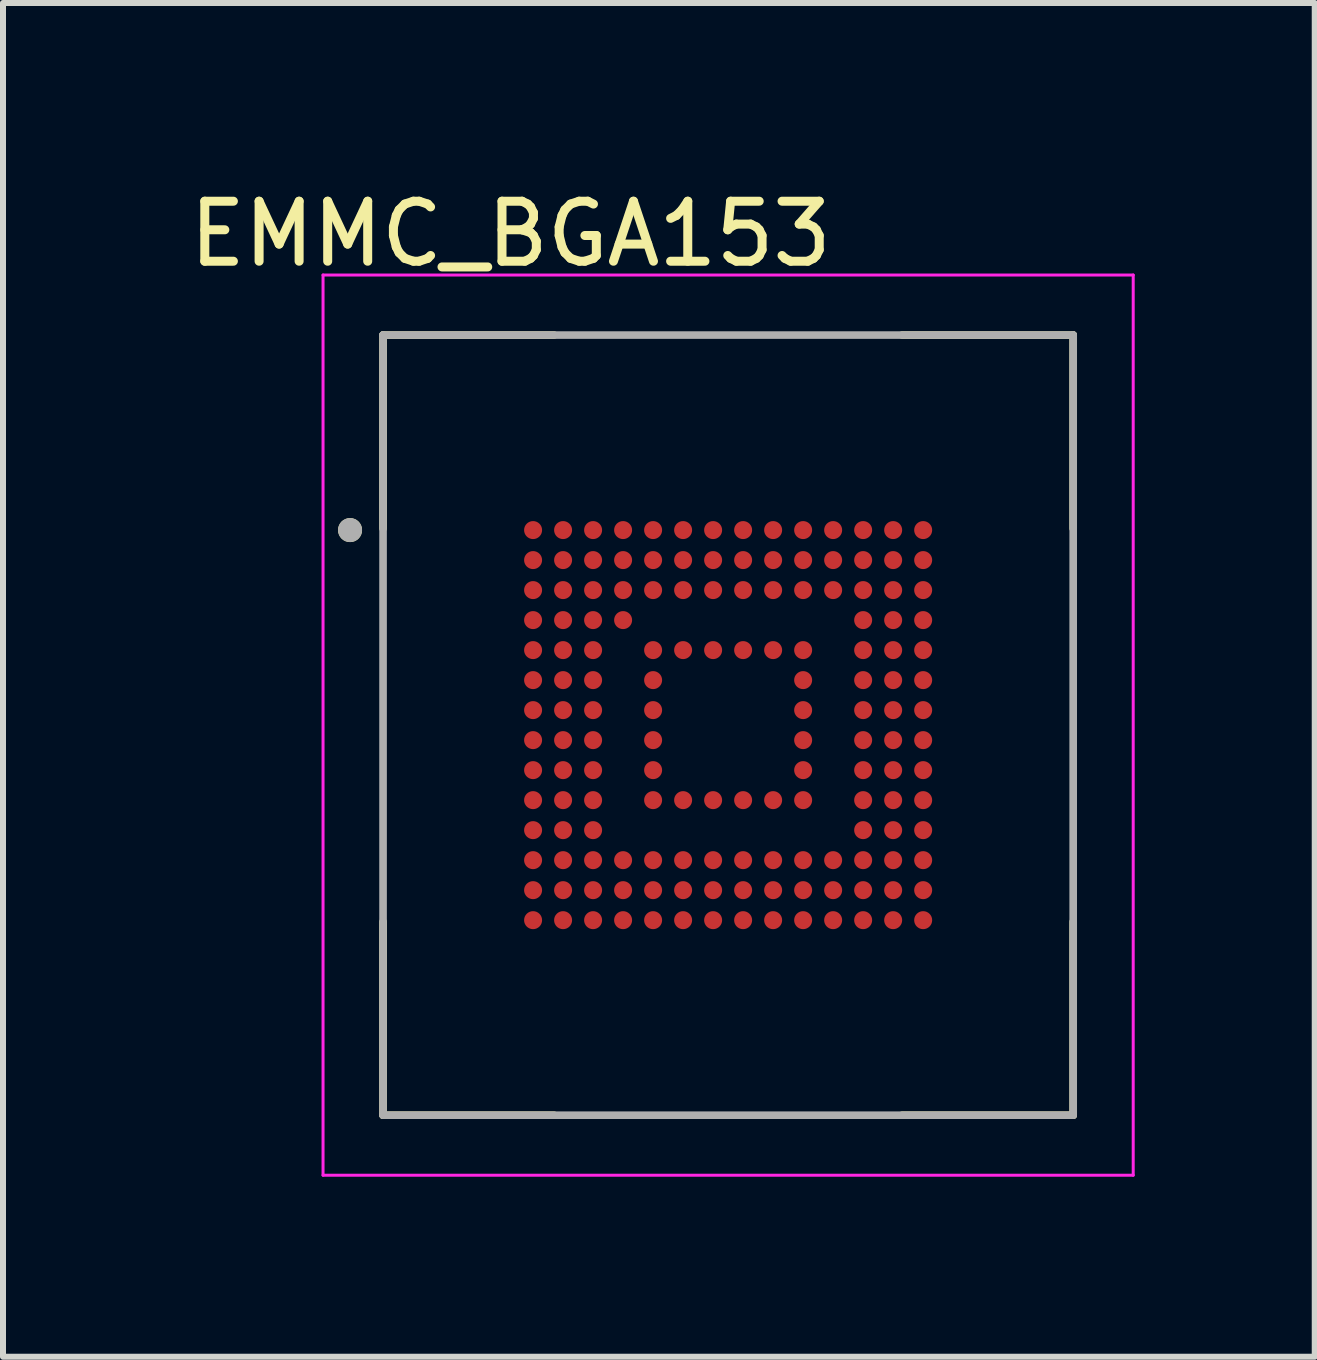
<source format=kicad_pcb>
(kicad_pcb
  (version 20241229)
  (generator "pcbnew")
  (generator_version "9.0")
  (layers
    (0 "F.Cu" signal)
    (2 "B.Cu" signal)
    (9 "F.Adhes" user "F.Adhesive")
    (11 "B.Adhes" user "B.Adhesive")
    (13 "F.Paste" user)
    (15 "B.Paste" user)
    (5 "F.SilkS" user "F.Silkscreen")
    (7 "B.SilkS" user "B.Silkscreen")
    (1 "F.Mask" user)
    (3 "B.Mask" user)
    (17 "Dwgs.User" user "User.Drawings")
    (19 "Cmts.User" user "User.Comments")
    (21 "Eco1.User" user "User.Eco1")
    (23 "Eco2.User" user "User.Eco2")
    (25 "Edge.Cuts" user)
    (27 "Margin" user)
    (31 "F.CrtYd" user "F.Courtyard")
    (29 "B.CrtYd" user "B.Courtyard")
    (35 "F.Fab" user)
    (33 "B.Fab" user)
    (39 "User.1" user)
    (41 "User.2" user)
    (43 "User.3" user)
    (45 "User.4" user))
  (footprint "EMMC_BGA153"
    (layer "F.Cu")
    (at 9.083 9.033)
    (property "Reference" "EMMC_BGA153" (at -3.625 -8.185 0) (layer "F.SilkS") (effects (font (size 1 1) (thickness 0.15))))
    (attr smd)
    (fp_line (start -5.75 -6.5) (end -5.75 -3.275) (stroke (width 0.127) (type solid)) (layer "F.SilkS"))
    (fp_line (start -5.75 -6.5) (end -2.9 -6.5) (stroke (width 0.127) (type solid)) (layer "F.SilkS"))
    (fp_line (start -5.75 6.5) (end -5.75 3.275) (stroke (width 0.127) (type solid)) (layer "F.SilkS"))
    (fp_line (start -5.75 6.5) (end -2.9 6.5) (stroke (width 0.127) (type solid)) (layer "F.SilkS"))
    (fp_line (start 5.75 -6.5) (end 2.9 -6.5) (stroke (width 0.127) (type solid)) (layer "F.SilkS"))
    (fp_line (start 5.75 -6.5) (end 5.75 -3.275) (stroke (width 0.127) (type solid)) (layer "F.SilkS"))
    (fp_line (start 5.75 6.5) (end 2.9 6.5) (stroke (width 0.127) (type solid)) (layer "F.SilkS"))
    (fp_line (start 5.75 6.5) (end 5.75 3.275) (stroke (width 0.127) (type solid)) (layer "F.SilkS"))
    (fp_circle (center -6.3 -3.25) (end -6.2 -3.25) (stroke (width 0.2) (type solid)) (fill no) (layer "F.SilkS"))
    (fp_line (start -6.75 -7.5) (end 6.75 -7.5) (stroke (width 0.05) (type solid)) (layer "F.CrtYd"))
    (fp_line (start -6.75 7.5) (end -6.75 -7.5) (stroke (width 0.05) (type solid)) (layer "F.CrtYd"))
    (fp_line (start -6.75 7.5) (end 6.75 7.5) (stroke (width 0.05) (type solid)) (layer "F.CrtYd"))
    (fp_line (start 6.75 7.5) (end 6.75 -7.5) (stroke (width 0.05) (type solid)) (layer "F.CrtYd"))
    (fp_line (start -5.75 6.5) (end -5.75 -6.5) (stroke (width 0.127) (type solid)) (layer "F.Fab"))
    (fp_line (start 5.75 -6.5) (end -5.75 -6.5) (stroke (width 0.127) (type solid)) (layer "F.Fab"))
    (fp_line (start 5.75 6.5) (end -5.75 6.5) (stroke (width 0.127) (type solid)) (layer "F.Fab"))
    (fp_line (start 5.75 6.5) (end 5.75 -6.5) (stroke (width 0.127) (type solid)) (layer "F.Fab"))
    (fp_circle (center -6.3 -3.25) (end -6.2 -3.25) (stroke (width 0.2) (type solid)) (fill no) (layer "F.Fab"))
    (pad "A1" smd circle (at -3.25 -3.25) (size 0.3 0.3) (layers "F.Cu" "F.Mask" "F.Paste"))
    (pad "A2" smd circle (at -2.75 -3.25) (size 0.3 0.3) (layers "F.Cu" "F.Mask" "F.Paste"))
    (pad "A3" smd circle (at -2.25 -3.25) (size 0.3 0.3) (layers "F.Cu" "F.Mask" "F.Paste"))
    (pad "A4" smd circle (at -1.75 -3.25) (size 0.3 0.3) (layers "F.Cu" "F.Mask" "F.Paste"))
    (pad "A5" smd circle (at -1.25 -3.25) (size 0.3 0.3) (layers "F.Cu" "F.Mask" "F.Paste"))
    (pad "A6" smd circle (at -0.75 -3.25) (size 0.3 0.3) (layers "F.Cu" "F.Mask" "F.Paste"))
    (pad "A7" smd circle (at -0.25 -3.25) (size 0.3 0.3) (layers "F.Cu" "F.Mask" "F.Paste"))
    (pad "A8" smd circle (at 0.25 -3.25) (size 0.3 0.3) (layers "F.Cu" "F.Mask" "F.Paste"))
    (pad "A9" smd circle (at 0.75 -3.25) (size 0.3 0.3) (layers "F.Cu" "F.Mask" "F.Paste"))
    (pad "A10" smd circle (at 1.25 -3.25) (size 0.3 0.3) (layers "F.Cu" "F.Mask" "F.Paste"))
    (pad "A11" smd circle (at 1.75 -3.25) (size 0.3 0.3) (layers "F.Cu" "F.Mask" "F.Paste"))
    (pad "A12" smd circle (at 2.25 -3.25) (size 0.3 0.3) (layers "F.Cu" "F.Mask" "F.Paste"))
    (pad "A13" smd circle (at 2.75 -3.25) (size 0.3 0.3) (layers "F.Cu" "F.Mask" "F.Paste"))
    (pad "A14" smd circle (at 3.25 -3.25) (size 0.3 0.3) (layers "F.Cu" "F.Mask" "F.Paste"))
    (pad "B1" smd circle (at -3.25 -2.75) (size 0.3 0.3) (layers "F.Cu" "F.Mask" "F.Paste"))
    (pad "B2" smd circle (at -2.75 -2.75) (size 0.3 0.3) (layers "F.Cu" "F.Mask" "F.Paste"))
    (pad "B3" smd circle (at -2.25 -2.75) (size 0.3 0.3) (layers "F.Cu" "F.Mask" "F.Paste"))
    (pad "B4" smd circle (at -1.75 -2.75) (size 0.3 0.3) (layers "F.Cu" "F.Mask" "F.Paste"))
    (pad "B5" smd circle (at -1.25 -2.75) (size 0.3 0.3) (layers "F.Cu" "F.Mask" "F.Paste"))
    (pad "B6" smd circle (at -0.75 -2.75) (size 0.3 0.3) (layers "F.Cu" "F.Mask" "F.Paste"))
    (pad "B7" smd circle (at -0.25 -2.75) (size 0.3 0.3) (layers "F.Cu" "F.Mask" "F.Paste"))
    (pad "B8" smd circle (at 0.25 -2.75) (size 0.3 0.3) (layers "F.Cu" "F.Mask" "F.Paste"))
    (pad "B9" smd circle (at 0.75 -2.75) (size 0.3 0.3) (layers "F.Cu" "F.Mask" "F.Paste"))
    (pad "B10" smd circle (at 1.25 -2.75) (size 0.3 0.3) (layers "F.Cu" "F.Mask" "F.Paste"))
    (pad "B11" smd circle (at 1.75 -2.75) (size 0.3 0.3) (layers "F.Cu" "F.Mask" "F.Paste"))
    (pad "B12" smd circle (at 2.25 -2.75) (size 0.3 0.3) (layers "F.Cu" "F.Mask" "F.Paste"))
    (pad "B13" smd circle (at 2.75 -2.75) (size 0.3 0.3) (layers "F.Cu" "F.Mask" "F.Paste"))
    (pad "B14" smd circle (at 3.25 -2.75) (size 0.3 0.3) (layers "F.Cu" "F.Mask" "F.Paste"))
    (pad "C1" smd circle (at -3.25 -2.25) (size 0.3 0.3) (layers "F.Cu" "F.Mask" "F.Paste"))
    (pad "C2" smd circle (at -2.75 -2.25) (size 0.3 0.3) (layers "F.Cu" "F.Mask" "F.Paste"))
    (pad "C3" smd circle (at -2.25 -2.25) (size 0.3 0.3) (layers "F.Cu" "F.Mask" "F.Paste"))
    (pad "C4" smd circle (at -1.75 -2.25) (size 0.3 0.3) (layers "F.Cu" "F.Mask" "F.Paste"))
    (pad "C5" smd circle (at -1.25 -2.25) (size 0.3 0.3) (layers "F.Cu" "F.Mask" "F.Paste"))
    (pad "C6" smd circle (at -0.75 -2.25) (size 0.3 0.3) (layers "F.Cu" "F.Mask" "F.Paste"))
    (pad "C7" smd circle (at -0.25 -2.25) (size 0.3 0.3) (layers "F.Cu" "F.Mask" "F.Paste"))
    (pad "C8" smd circle (at 0.25 -2.25) (size 0.3 0.3) (layers "F.Cu" "F.Mask" "F.Paste"))
    (pad "C9" smd circle (at 0.75 -2.25) (size 0.3 0.3) (layers "F.Cu" "F.Mask" "F.Paste"))
    (pad "C10" smd circle (at 1.25 -2.25) (size 0.3 0.3) (layers "F.Cu" "F.Mask" "F.Paste"))
    (pad "C11" smd circle (at 1.75 -2.25) (size 0.3 0.3) (layers "F.Cu" "F.Mask" "F.Paste"))
    (pad "C12" smd circle (at 2.25 -2.25) (size 0.3 0.3) (layers "F.Cu" "F.Mask" "F.Paste"))
    (pad "C13" smd circle (at 2.75 -2.25) (size 0.3 0.3) (layers "F.Cu" "F.Mask" "F.Paste"))
    (pad "C14" smd circle (at 3.25 -2.25) (size 0.3 0.3) (layers "F.Cu" "F.Mask" "F.Paste"))
    (pad "D1" smd circle (at -3.25 -1.75) (size 0.3 0.3) (layers "F.Cu" "F.Mask" "F.Paste"))
    (pad "D2" smd circle (at -2.75 -1.75) (size 0.3 0.3) (layers "F.Cu" "F.Mask" "F.Paste"))
    (pad "D3" smd circle (at -2.25 -1.75) (size 0.3 0.3) (layers "F.Cu" "F.Mask" "F.Paste"))
    (pad "D4" smd circle (at -1.75 -1.75) (size 0.3 0.3) (layers "F.Cu" "F.Mask" "F.Paste"))
    (pad "D12" smd circle (at 2.25 -1.75) (size 0.3 0.3) (layers "F.Cu" "F.Mask" "F.Paste"))
    (pad "D13" smd circle (at 2.75 -1.75) (size 0.3 0.3) (layers "F.Cu" "F.Mask" "F.Paste"))
    (pad "D14" smd circle (at 3.25 -1.75) (size 0.3 0.3) (layers "F.Cu" "F.Mask" "F.Paste"))
    (pad "E1" smd circle (at -3.25 -1.25) (size 0.3 0.3) (layers "F.Cu" "F.Mask" "F.Paste"))
    (pad "E2" smd circle (at -2.75 -1.25) (size 0.3 0.3) (layers "F.Cu" "F.Mask" "F.Paste"))
    (pad "E3" smd circle (at -2.25 -1.25) (size 0.3 0.3) (layers "F.Cu" "F.Mask" "F.Paste"))
    (pad "E5" smd circle (at -1.25 -1.25) (size 0.3 0.3) (layers "F.Cu" "F.Mask" "F.Paste"))
    (pad "E6" smd circle (at -0.75 -1.25) (size 0.3 0.3) (layers "F.Cu" "F.Mask" "F.Paste"))
    (pad "E7" smd circle (at -0.25 -1.25) (size 0.3 0.3) (layers "F.Cu" "F.Mask" "F.Paste"))
    (pad "E8" smd circle (at 0.25 -1.25) (size 0.3 0.3) (layers "F.Cu" "F.Mask" "F.Paste"))
    (pad "E9" smd circle (at 0.75 -1.25) (size 0.3 0.3) (layers "F.Cu" "F.Mask" "F.Paste"))
    (pad "E10" smd circle (at 1.25 -1.25) (size 0.3 0.3) (layers "F.Cu" "F.Mask" "F.Paste"))
    (pad "E12" smd circle (at 2.25 -1.25) (size 0.3 0.3) (layers "F.Cu" "F.Mask" "F.Paste"))
    (pad "E13" smd circle (at 2.75 -1.25) (size 0.3 0.3) (layers "F.Cu" "F.Mask" "F.Paste"))
    (pad "E14" smd circle (at 3.25 -1.25) (size 0.3 0.3) (layers "F.Cu" "F.Mask" "F.Paste"))
    (pad "F1" smd circle (at -3.25 -0.75) (size 0.3 0.3) (layers "F.Cu" "F.Mask" "F.Paste"))
    (pad "F2" smd circle (at -2.75 -0.75) (size 0.3 0.3) (layers "F.Cu" "F.Mask" "F.Paste"))
    (pad "F3" smd circle (at -2.25 -0.75) (size 0.3 0.3) (layers "F.Cu" "F.Mask" "F.Paste"))
    (pad "F5" smd circle (at -1.25 -0.75) (size 0.3 0.3) (layers "F.Cu" "F.Mask" "F.Paste"))
    (pad "F10" smd circle (at 1.25 -0.75) (size 0.3 0.3) (layers "F.Cu" "F.Mask" "F.Paste"))
    (pad "F12" smd circle (at 2.25 -0.75) (size 0.3 0.3) (layers "F.Cu" "F.Mask" "F.Paste"))
    (pad "F13" smd circle (at 2.75 -0.75) (size 0.3 0.3) (layers "F.Cu" "F.Mask" "F.Paste"))
    (pad "F14" smd circle (at 3.25 -0.75) (size 0.3 0.3) (layers "F.Cu" "F.Mask" "F.Paste"))
    (pad "G1" smd circle (at -3.25 -0.25) (size 0.3 0.3) (layers "F.Cu" "F.Mask" "F.Paste"))
    (pad "G2" smd circle (at -2.75 -0.25) (size 0.3 0.3) (layers "F.Cu" "F.Mask" "F.Paste"))
    (pad "G3" smd circle (at -2.25 -0.25) (size 0.3 0.3) (layers "F.Cu" "F.Mask" "F.Paste"))
    (pad "G5" smd circle (at -1.25 -0.25) (size 0.3 0.3) (layers "F.Cu" "F.Mask" "F.Paste"))
    (pad "G10" smd circle (at 1.25 -0.25) (size 0.3 0.3) (layers "F.Cu" "F.Mask" "F.Paste"))
    (pad "G12" smd circle (at 2.25 -0.25) (size 0.3 0.3) (layers "F.Cu" "F.Mask" "F.Paste"))
    (pad "G13" smd circle (at 2.75 -0.25) (size 0.3 0.3) (layers "F.Cu" "F.Mask" "F.Paste"))
    (pad "G14" smd circle (at 3.25 -0.25) (size 0.3 0.3) (layers "F.Cu" "F.Mask" "F.Paste"))
    (pad "H1" smd circle (at -3.25 0.25) (size 0.3 0.3) (layers "F.Cu" "F.Mask" "F.Paste"))
    (pad "H2" smd circle (at -2.75 0.25) (size 0.3 0.3) (layers "F.Cu" "F.Mask" "F.Paste"))
    (pad "H3" smd circle (at -2.25 0.25) (size 0.3 0.3) (layers "F.Cu" "F.Mask" "F.Paste"))
    (pad "H5" smd circle (at -1.25 0.25) (size 0.3 0.3) (layers "F.Cu" "F.Mask" "F.Paste"))
    (pad "H10" smd circle (at 1.25 0.25) (size 0.3 0.3) (layers "F.Cu" "F.Mask" "F.Paste"))
    (pad "H12" smd circle (at 2.25 0.25) (size 0.3 0.3) (layers "F.Cu" "F.Mask" "F.Paste"))
    (pad "H13" smd circle (at 2.75 0.25) (size 0.3 0.3) (layers "F.Cu" "F.Mask" "F.Paste"))
    (pad "H14" smd circle (at 3.25 0.25) (size 0.3 0.3) (layers "F.Cu" "F.Mask" "F.Paste"))
    (pad "J1" smd circle (at -3.25 0.75) (size 0.3 0.3) (layers "F.Cu" "F.Mask" "F.Paste"))
    (pad "J2" smd circle (at -2.75 0.75) (size 0.3 0.3) (layers "F.Cu" "F.Mask" "F.Paste"))
    (pad "J3" smd circle (at -2.25 0.75) (size 0.3 0.3) (layers "F.Cu" "F.Mask" "F.Paste"))
    (pad "J5" smd circle (at -1.25 0.75) (size 0.3 0.3) (layers "F.Cu" "F.Mask" "F.Paste"))
    (pad "J10" smd circle (at 1.25 0.75) (size 0.3 0.3) (layers "F.Cu" "F.Mask" "F.Paste"))
    (pad "J12" smd circle (at 2.25 0.75) (size 0.3 0.3) (layers "F.Cu" "F.Mask" "F.Paste"))
    (pad "J13" smd circle (at 2.75 0.75) (size 0.3 0.3) (layers "F.Cu" "F.Mask" "F.Paste"))
    (pad "J14" smd circle (at 3.25 0.75) (size 0.3 0.3) (layers "F.Cu" "F.Mask" "F.Paste"))
    (pad "K1" smd circle (at -3.25 1.25) (size 0.3 0.3) (layers "F.Cu" "F.Mask" "F.Paste"))
    (pad "K2" smd circle (at -2.75 1.25) (size 0.3 0.3) (layers "F.Cu" "F.Mask" "F.Paste"))
    (pad "K3" smd circle (at -2.25 1.25) (size 0.3 0.3) (layers "F.Cu" "F.Mask" "F.Paste"))
    (pad "K5" smd circle (at -1.25 1.25) (size 0.3 0.3) (layers "F.Cu" "F.Mask" "F.Paste"))
    (pad "K6" smd circle (at -0.75 1.25) (size 0.3 0.3) (layers "F.Cu" "F.Mask" "F.Paste"))
    (pad "K7" smd circle (at -0.25 1.25) (size 0.3 0.3) (layers "F.Cu" "F.Mask" "F.Paste"))
    (pad "K8" smd circle (at 0.25 1.25) (size 0.3 0.3) (layers "F.Cu" "F.Mask" "F.Paste"))
    (pad "K9" smd circle (at 0.75 1.25) (size 0.3 0.3) (layers "F.Cu" "F.Mask" "F.Paste"))
    (pad "K10" smd circle (at 1.25 1.25) (size 0.3 0.3) (layers "F.Cu" "F.Mask" "F.Paste"))
    (pad "K12" smd circle (at 2.25 1.25) (size 0.3 0.3) (layers "F.Cu" "F.Mask" "F.Paste"))
    (pad "K13" smd circle (at 2.75 1.25) (size 0.3 0.3) (layers "F.Cu" "F.Mask" "F.Paste"))
    (pad "K14" smd circle (at 3.25 1.25) (size 0.3 0.3) (layers "F.Cu" "F.Mask" "F.Paste"))
    (pad "L1" smd circle (at -3.25 1.75) (size 0.3 0.3) (layers "F.Cu" "F.Mask" "F.Paste"))
    (pad "L2" smd circle (at -2.75 1.75) (size 0.3 0.3) (layers "F.Cu" "F.Mask" "F.Paste"))
    (pad "L3" smd circle (at -2.25 1.75) (size 0.3 0.3) (layers "F.Cu" "F.Mask" "F.Paste"))
    (pad "L12" smd circle (at 2.25 1.75) (size 0.3 0.3) (layers "F.Cu" "F.Mask" "F.Paste"))
    (pad "L13" smd circle (at 2.75 1.75) (size 0.3 0.3) (layers "F.Cu" "F.Mask" "F.Paste"))
    (pad "L14" smd circle (at 3.25 1.75) (size 0.3 0.3) (layers "F.Cu" "F.Mask" "F.Paste"))
    (pad "M1" smd circle (at -3.25 2.25) (size 0.3 0.3) (layers "F.Cu" "F.Mask" "F.Paste"))
    (pad "M2" smd circle (at -2.75 2.25) (size 0.3 0.3) (layers "F.Cu" "F.Mask" "F.Paste"))
    (pad "M3" smd circle (at -2.25 2.25) (size 0.3 0.3) (layers "F.Cu" "F.Mask" "F.Paste"))
    (pad "M4" smd circle (at -1.75 2.25) (size 0.3 0.3) (layers "F.Cu" "F.Mask" "F.Paste"))
    (pad "M5" smd circle (at -1.25 2.25) (size 0.3 0.3) (layers "F.Cu" "F.Mask" "F.Paste"))
    (pad "M6" smd circle (at -0.75 2.25) (size 0.3 0.3) (layers "F.Cu" "F.Mask" "F.Paste"))
    (pad "M7" smd circle (at -0.25 2.25) (size 0.3 0.3) (layers "F.Cu" "F.Mask" "F.Paste"))
    (pad "M8" smd circle (at 0.25 2.25) (size 0.3 0.3) (layers "F.Cu" "F.Mask" "F.Paste"))
    (pad "M9" smd circle (at 0.75 2.25) (size 0.3 0.3) (layers "F.Cu" "F.Mask" "F.Paste"))
    (pad "M10" smd circle (at 1.25 2.25) (size 0.3 0.3) (layers "F.Cu" "F.Mask" "F.Paste"))
    (pad "M11" smd circle (at 1.75 2.25) (size 0.3 0.3) (layers "F.Cu" "F.Mask" "F.Paste"))
    (pad "M12" smd circle (at 2.25 2.25) (size 0.3 0.3) (layers "F.Cu" "F.Mask" "F.Paste"))
    (pad "M13" smd circle (at 2.75 2.25) (size 0.3 0.3) (layers "F.Cu" "F.Mask" "F.Paste"))
    (pad "M14" smd circle (at 3.25 2.25) (size 0.3 0.3) (layers "F.Cu" "F.Mask" "F.Paste"))
    (pad "N1" smd circle (at -3.25 2.75) (size 0.3 0.3) (layers "F.Cu" "F.Mask" "F.Paste"))
    (pad "N2" smd circle (at -2.75 2.75) (size 0.3 0.3) (layers "F.Cu" "F.Mask" "F.Paste"))
    (pad "N3" smd circle (at -2.25 2.75) (size 0.3 0.3) (layers "F.Cu" "F.Mask" "F.Paste"))
    (pad "N4" smd circle (at -1.75 2.75) (size 0.3 0.3) (layers "F.Cu" "F.Mask" "F.Paste"))
    (pad "N5" smd circle (at -1.25 2.75) (size 0.3 0.3) (layers "F.Cu" "F.Mask" "F.Paste"))
    (pad "N6" smd circle (at -0.75 2.75) (size 0.3 0.3) (layers "F.Cu" "F.Mask" "F.Paste"))
    (pad "N7" smd circle (at -0.25 2.75) (size 0.3 0.3) (layers "F.Cu" "F.Mask" "F.Paste"))
    (pad "N8" smd circle (at 0.25 2.75) (size 0.3 0.3) (layers "F.Cu" "F.Mask" "F.Paste"))
    (pad "N9" smd circle (at 0.75 2.75) (size 0.3 0.3) (layers "F.Cu" "F.Mask" "F.Paste"))
    (pad "N10" smd circle (at 1.25 2.75) (size 0.3 0.3) (layers "F.Cu" "F.Mask" "F.Paste"))
    (pad "N11" smd circle (at 1.75 2.75) (size 0.3 0.3) (layers "F.Cu" "F.Mask" "F.Paste"))
    (pad "N12" smd circle (at 2.25 2.75) (size 0.3 0.3) (layers "F.Cu" "F.Mask" "F.Paste"))
    (pad "N13" smd circle (at 2.75 2.75) (size 0.3 0.3) (layers "F.Cu" "F.Mask" "F.Paste"))
    (pad "N14" smd circle (at 3.25 2.75) (size 0.3 0.3) (layers "F.Cu" "F.Mask" "F.Paste"))
    (pad "P1" smd circle (at -3.25 3.25) (size 0.3 0.3) (layers "F.Cu" "F.Mask" "F.Paste"))
    (pad "P2" smd circle (at -2.75 3.25) (size 0.3 0.3) (layers "F.Cu" "F.Mask" "F.Paste"))
    (pad "P3" smd circle (at -2.25 3.25) (size 0.3 0.3) (layers "F.Cu" "F.Mask" "F.Paste"))
    (pad "P4" smd circle (at -1.75 3.25) (size 0.3 0.3) (layers "F.Cu" "F.Mask" "F.Paste"))
    (pad "P5" smd circle (at -1.25 3.25) (size 0.3 0.3) (layers "F.Cu" "F.Mask" "F.Paste"))
    (pad "P6" smd circle (at -0.75 3.25) (size 0.3 0.3) (layers "F.Cu" "F.Mask" "F.Paste"))
    (pad "P7" smd circle (at -0.25 3.25) (size 0.3 0.3) (layers "F.Cu" "F.Mask" "F.Paste"))
    (pad "P8" smd circle (at 0.25 3.25) (size 0.3 0.3) (layers "F.Cu" "F.Mask" "F.Paste"))
    (pad "P9" smd circle (at 0.75 3.25) (size 0.3 0.3) (layers "F.Cu" "F.Mask" "F.Paste"))
    (pad "P10" smd circle (at 1.25 3.25) (size 0.3 0.3) (layers "F.Cu" "F.Mask" "F.Paste"))
    (pad "P11" smd circle (at 1.75 3.25) (size 0.3 0.3) (layers "F.Cu" "F.Mask" "F.Paste"))
    (pad "P12" smd circle (at 2.25 3.25) (size 0.3 0.3) (layers "F.Cu" "F.Mask" "F.Paste"))
    (pad "P13" smd circle (at 2.75 3.25) (size 0.3 0.3) (layers "F.Cu" "F.Mask" "F.Paste"))
    (pad "P14" smd circle (at 3.25 3.25) (size 0.3 0.3) (layers "F.Cu" "F.Mask" "F.Paste")))
  (gr_rect
    (start -3 -3)
    (end 18.858 19.558)
    (stroke (width 0.1) (type default))
    (fill no)
    (layer "Edge.Cuts")))
</source>
